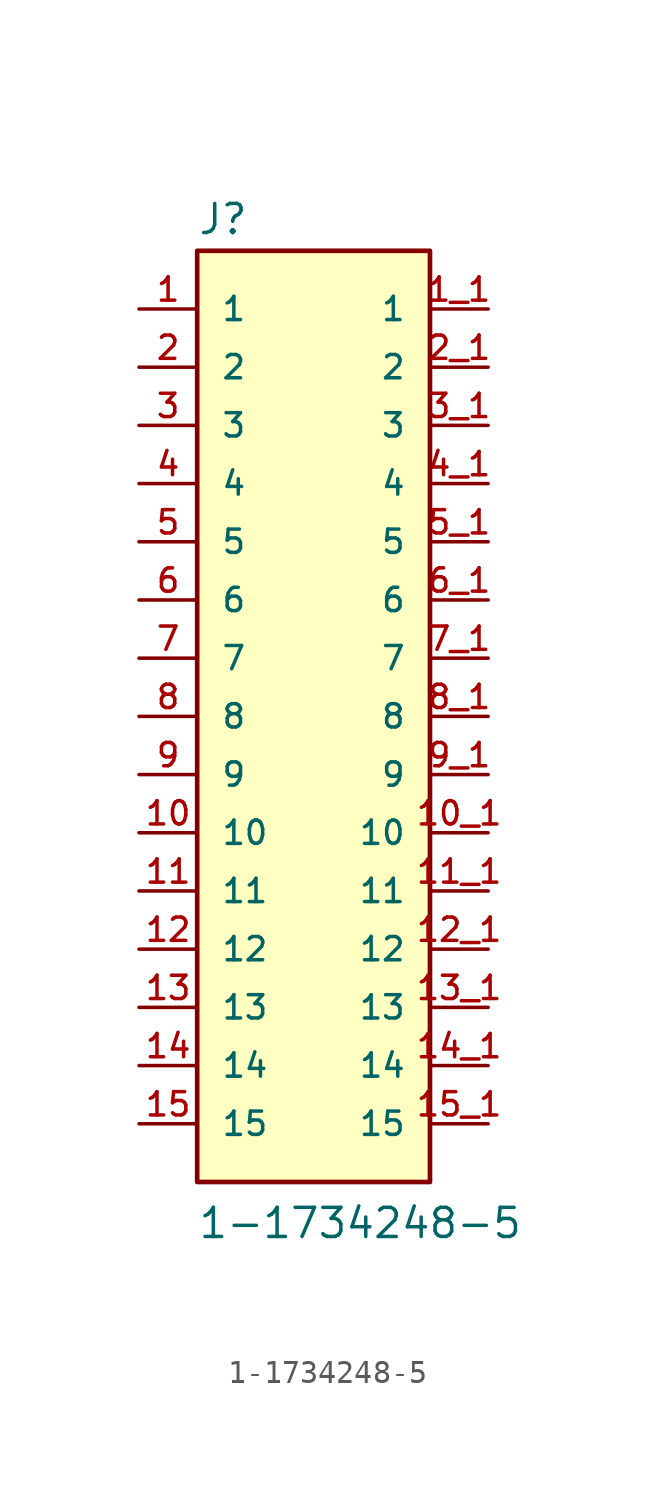
<source format=kicad_sym>
(kicad_symbol_lib
  (version 20231120)
  (generator "kicad_symbol_editor")
  (generator_version "8.0")
  (symbol "1-1734248-5"
    (pin_names
      (offset 1.016))
    (property "Reference" "J"
      (at -5.08 20.955 0)
      (effects (font (size 1.27 1.27)) (justify left bottom)))
    (property "Value" "1-1734248-5"
      (at -5.08 -22.86 0)
      (effects (font (size 1.27 1.27)) (justify left bottom)))
    (property "ki_locked" ""
      (at 0 0 0)
      (effects (font (size 1.27 1.27))))
    (symbol "1-1734248-5_0_0"
      (rectangle (start -5.08 -20.32) (end 5.08 20.32) (stroke (width 0.203) (type solid)) (fill (type background)))
      (pin passive line (at -7.62 17.78 0) (length 2.54) (name "1" (effects (font (size 1.016 1.016)))) (number "1" (effects (font (size 1.016 1.016)))))
      (pin passive line (at -7.62 -5.08 0) (length 2.54) (name "10" (effects (font (size 1.016 1.016)))) (number "10" (effects (font (size 1.016 1.016)))))
      (pin passive line (at 7.62 -5.08 180) (length 2.54) (name "10" (effects (font (size 1.016 1.016)))) (number "10_1" (effects (font (size 1.016 1.016)))))
      (pin passive line (at -7.62 -7.62 0) (length 2.54) (name "11" (effects (font (size 1.016 1.016)))) (number "11" (effects (font (size 1.016 1.016)))))
      (pin passive line (at 7.62 -7.62 180) (length 2.54) (name "11" (effects (font (size 1.016 1.016)))) (number "11_1" (effects (font (size 1.016 1.016)))))
      (pin passive line (at -7.62 -10.16 0) (length 2.54) (name "12" (effects (font (size 1.016 1.016)))) (number "12" (effects (font (size 1.016 1.016)))))
      (pin passive line (at 7.62 -10.16 180) (length 2.54) (name "12" (effects (font (size 1.016 1.016)))) (number "12_1" (effects (font (size 1.016 1.016)))))
      (pin passive line (at -7.62 -12.7 0) (length 2.54) (name "13" (effects (font (size 1.016 1.016)))) (number "13" (effects (font (size 1.016 1.016)))))
      (pin passive line (at 7.62 -12.7 180) (length 2.54) (name "13" (effects (font (size 1.016 1.016)))) (number "13_1" (effects (font (size 1.016 1.016)))))
      (pin passive line (at -7.62 -15.24 0) (length 2.54) (name "14" (effects (font (size 1.016 1.016)))) (number "14" (effects (font (size 1.016 1.016)))))
      (pin passive line (at 7.62 -15.24 180) (length 2.54) (name "14" (effects (font (size 1.016 1.016)))) (number "14_1" (effects (font (size 1.016 1.016)))))
      (pin passive line (at -7.62 -17.78 0) (length 2.54) (name "15" (effects (font (size 1.016 1.016)))) (number "15" (effects (font (size 1.016 1.016)))))
      (pin passive line (at 7.62 -17.78 180) (length 2.54) (name "15" (effects (font (size 1.016 1.016)))) (number "15_1" (effects (font (size 1.016 1.016)))))
      (pin passive line (at 7.62 17.78 180) (length 2.54) (name "1" (effects (font (size 1.016 1.016)))) (number "1_1" (effects (font (size 1.016 1.016)))))
      (pin passive line (at -7.62 15.24 0) (length 2.54) (name "2" (effects (font (size 1.016 1.016)))) (number "2" (effects (font (size 1.016 1.016)))))
      (pin passive line (at 7.62 15.24 180) (length 2.54) (name "2" (effects (font (size 1.016 1.016)))) (number "2_1" (effects (font (size 1.016 1.016)))))
      (pin passive line (at -7.62 12.7 0) (length 2.54) (name "3" (effects (font (size 1.016 1.016)))) (number "3" (effects (font (size 1.016 1.016)))))
      (pin passive line (at 7.62 12.7 180) (length 2.54) (name "3" (effects (font (size 1.016 1.016)))) (number "3_1" (effects (font (size 1.016 1.016)))))
      (pin passive line (at -7.62 10.16 0) (length 2.54) (name "4" (effects (font (size 1.016 1.016)))) (number "4" (effects (font (size 1.016 1.016)))))
      (pin passive line (at 7.62 10.16 180) (length 2.54) (name "4" (effects (font (size 1.016 1.016)))) (number "4_1" (effects (font (size 1.016 1.016)))))
      (pin passive line (at -7.62 7.62 0) (length 2.54) (name "5" (effects (font (size 1.016 1.016)))) (number "5" (effects (font (size 1.016 1.016)))))
      (pin passive line (at 7.62 7.62 180) (length 2.54) (name "5" (effects (font (size 1.016 1.016)))) (number "5_1" (effects (font (size 1.016 1.016)))))
      (pin passive line (at -7.62 5.08 0) (length 2.54) (name "6" (effects (font (size 1.016 1.016)))) (number "6" (effects (font (size 1.016 1.016)))))
      (pin passive line (at 7.62 5.08 180) (length 2.54) (name "6" (effects (font (size 1.016 1.016)))) (number "6_1" (effects (font (size 1.016 1.016)))))
      (pin passive line (at -7.62 2.54 0) (length 2.54) (name "7" (effects (font (size 1.016 1.016)))) (number "7" (effects (font (size 1.016 1.016)))))
      (pin passive line (at 7.62 2.54 180) (length 2.54) (name "7" (effects (font (size 1.016 1.016)))) (number "7_1" (effects (font (size 1.016 1.016)))))
      (pin passive line (at -7.62 0 0) (length 2.54) (name "8" (effects (font (size 1.016 1.016)))) (number "8" (effects (font (size 1.016 1.016)))))
      (pin passive line (at 7.62 0 180) (length 2.54) (name "8" (effects (font (size 1.016 1.016)))) (number "8_1" (effects (font (size 1.016 1.016)))))
      (pin passive line (at -7.62 -2.54 0) (length 2.54) (name "9" (effects (font (size 1.016 1.016)))) (number "9" (effects (font (size 1.016 1.016)))))
      (pin passive line (at 7.62 -2.54 180) (length 2.54) (name "9" (effects (font (size 1.016 1.016)))) (number "9_1" (effects (font (size 1.016 1.016))))))))
</source>
